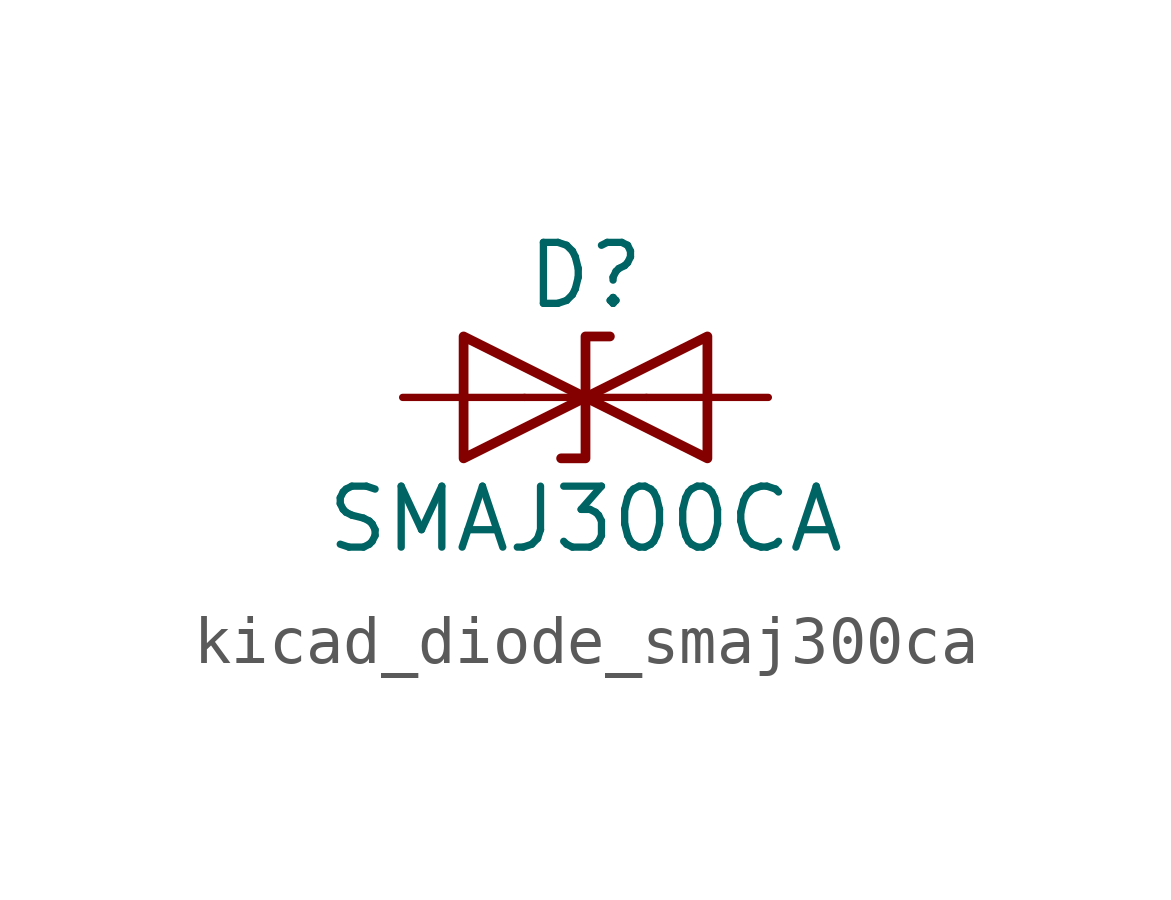
<source format=kicad_sym>
(kicad_symbol_lib
  (version 20220914)
  (generator kicad_symbol_editor)
  (symbol "kicad_diode_smaj300ca"
    (pin_numbers hide)
    (pin_names
      (offset 1.016) hide)
    (property "Reference" "D"
      (at 0 2.54 0)
      (effects (font (size 1.27 1.27))))
    (property "Value" "SMAJ300CA"
      (at 0 -2.54 0)
      (effects (font (size 1.27 1.27))))
    (symbol "kicad_diode_smaj300ca_0_1"
      (polyline (pts (xy 1.27 0) (xy -1.27 0)) (stroke (width 0) (type default)) (fill (type none)))
      (polyline (pts (xy -2.54 -1.27) (xy 0 0) (xy -2.54 1.27) (xy -2.54 -1.27)) (stroke (width 0.203) (type default)) (fill (type none)))
      (polyline (pts (xy 0.508 1.27) (xy 0 1.27) (xy 0 -1.27) (xy -0.508 -1.27)) (stroke (width 0.203) (type default)) (fill (type none)))
      (polyline (pts (xy 2.54 1.27) (xy 2.54 -1.27) (xy 0 0) (xy 2.54 1.27)) (stroke (width 0.203) (type default)) (fill (type none))))
    (symbol "kicad_diode_smaj300ca_1_1"
      (pin passive line (at -3.81 0 0) (length 2.54) (name "A1" (effects (font (size 1.27 1.27)))) (number "1" (effects (font (size 1.27 1.27)))))
      (pin passive line (at 3.81 0 180) (length 2.54) (name "A2" (effects (font (size 1.27 1.27)))) (number "2" (effects (font (size 1.27 1.27))))))))
</source>
